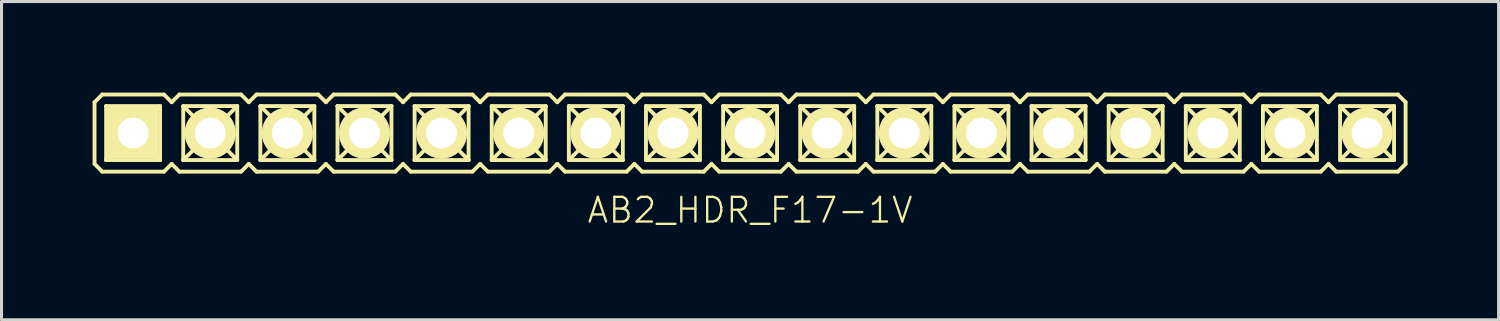
<source format=kicad_pcb>
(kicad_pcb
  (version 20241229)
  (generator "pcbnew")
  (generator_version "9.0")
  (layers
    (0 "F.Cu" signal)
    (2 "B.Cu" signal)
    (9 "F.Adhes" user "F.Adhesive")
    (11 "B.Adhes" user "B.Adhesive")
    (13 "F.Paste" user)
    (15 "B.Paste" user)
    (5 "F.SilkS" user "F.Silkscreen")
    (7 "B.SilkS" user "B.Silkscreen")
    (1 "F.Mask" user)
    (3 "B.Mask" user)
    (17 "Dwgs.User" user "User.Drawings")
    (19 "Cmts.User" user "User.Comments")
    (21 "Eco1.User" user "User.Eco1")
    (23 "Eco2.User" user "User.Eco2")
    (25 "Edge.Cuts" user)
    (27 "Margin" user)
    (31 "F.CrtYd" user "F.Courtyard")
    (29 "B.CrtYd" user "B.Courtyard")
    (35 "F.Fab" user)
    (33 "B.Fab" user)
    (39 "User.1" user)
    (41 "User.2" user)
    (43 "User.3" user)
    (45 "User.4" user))
  (footprint "AB2_HDR_F17-1V"
    (layer "F.Cu")
    (at 21.654 1.333)
    (property "Reference" "AB2_HDR_F17-1V" (at 0 2.54 0) (layer "F.SilkS") (effects (font (size 0.813 0.813) (thickness 0.076))))
    (attr through_hole)
    (fp_line (start -21.59 -1.016) (end -21.336 -1.27) (stroke (width 0.127) (type solid)) (layer "F.SilkS"))
    (fp_line (start -21.59 1.016) (end -21.59 -1.016) (stroke (width 0.127) (type solid)) (layer "F.SilkS"))
    (fp_line (start -21.336 -1.27) (end -19.304 -1.27) (stroke (width 0.127) (type solid)) (layer "F.SilkS"))
    (fp_line (start -21.336 1.27) (end -21.59 1.016) (stroke (width 0.127) (type solid)) (layer "F.SilkS"))
    (fp_line (start -21.209 -0.889) (end -19.431 -0.889) (stroke (width 0.127) (type solid)) (layer "F.SilkS"))
    (fp_line (start -21.209 0.889) (end -21.209 -0.889) (stroke (width 0.127) (type solid)) (layer "F.SilkS"))
    (fp_line (start -20.828 -0.508) (end -21.209 -0.889) (stroke (width 0.127) (type solid)) (layer "F.SilkS"))
    (fp_line (start -20.828 -0.508) (end -19.812 -0.508) (stroke (width 0.127) (type solid)) (layer "F.SilkS"))
    (fp_line (start -20.828 0.508) (end -21.209 0.889) (stroke (width 0.127) (type solid)) (layer "F.SilkS"))
    (fp_line (start -20.828 0.508) (end -20.828 -0.508) (stroke (width 0.127) (type solid)) (layer "F.SilkS"))
    (fp_line (start -19.812 -0.508) (end -19.812 0.508) (stroke (width 0.127) (type solid)) (layer "F.SilkS"))
    (fp_line (start -19.812 -0.508) (end -19.431 -0.889) (stroke (width 0.127) (type solid)) (layer "F.SilkS"))
    (fp_line (start -19.812 0.508) (end -20.828 0.508) (stroke (width 0.127) (type solid)) (layer "F.SilkS"))
    (fp_line (start -19.812 0.508) (end -19.431 0.889) (stroke (width 0.127) (type solid)) (layer "F.SilkS"))
    (fp_line (start -19.431 -0.889) (end -19.431 0.889) (stroke (width 0.127) (type solid)) (layer "F.SilkS"))
    (fp_line (start -19.431 0.889) (end -21.209 0.889) (stroke (width 0.127) (type solid)) (layer "F.SilkS"))
    (fp_line (start -19.304 -1.27) (end -19.05 -1.016) (stroke (width 0.127) (type solid)) (layer "F.SilkS"))
    (fp_line (start -19.304 1.27) (end -21.336 1.27) (stroke (width 0.127) (type solid)) (layer "F.SilkS"))
    (fp_line (start -19.05 -1.016) (end -18.796 -1.27) (stroke (width 0.127) (type solid)) (layer "F.SilkS"))
    (fp_line (start -19.05 1.016) (end -19.304 1.27) (stroke (width 0.127) (type solid)) (layer "F.SilkS"))
    (fp_line (start -18.796 -1.27) (end -16.764 -1.27) (stroke (width 0.127) (type solid)) (layer "F.SilkS"))
    (fp_line (start -18.796 1.27) (end -19.05 1.016) (stroke (width 0.127) (type solid)) (layer "F.SilkS"))
    (fp_line (start -18.669 -0.889) (end -16.891 -0.889) (stroke (width 0.127) (type solid)) (layer "F.SilkS"))
    (fp_line (start -18.669 0.889) (end -18.669 -0.889) (stroke (width 0.127) (type solid)) (layer "F.SilkS"))
    (fp_line (start -18.288 -0.508) (end -18.669 -0.889) (stroke (width 0.127) (type solid)) (layer "F.SilkS"))
    (fp_line (start -18.288 -0.508) (end -17.272 -0.508) (stroke (width 0.127) (type solid)) (layer "F.SilkS"))
    (fp_line (start -18.288 0.508) (end -18.669 0.889) (stroke (width 0.127) (type solid)) (layer "F.SilkS"))
    (fp_line (start -18.288 0.508) (end -18.288 -0.508) (stroke (width 0.127) (type solid)) (layer "F.SilkS"))
    (fp_line (start -17.272 -0.508) (end -17.272 0.508) (stroke (width 0.127) (type solid)) (layer "F.SilkS"))
    (fp_line (start -17.272 -0.508) (end -16.891 -0.889) (stroke (width 0.127) (type solid)) (layer "F.SilkS"))
    (fp_line (start -17.272 0.508) (end -18.288 0.508) (stroke (width 0.127) (type solid)) (layer "F.SilkS"))
    (fp_line (start -17.272 0.508) (end -16.891 0.889) (stroke (width 0.127) (type solid)) (layer "F.SilkS"))
    (fp_line (start -16.891 -0.889) (end -16.891 0.889) (stroke (width 0.127) (type solid)) (layer "F.SilkS"))
    (fp_line (start -16.891 0.889) (end -18.669 0.889) (stroke (width 0.127) (type solid)) (layer "F.SilkS"))
    (fp_line (start -16.764 -1.27) (end -16.51 -1.016) (stroke (width 0.127) (type solid)) (layer "F.SilkS"))
    (fp_line (start -16.764 1.27) (end -18.796 1.27) (stroke (width 0.127) (type solid)) (layer "F.SilkS"))
    (fp_line (start -16.51 -1.016) (end -16.256 -1.27) (stroke (width 0.127) (type solid)) (layer "F.SilkS"))
    (fp_line (start -16.51 1.016) (end -16.764 1.27) (stroke (width 0.127) (type solid)) (layer "F.SilkS"))
    (fp_line (start -16.256 -1.27) (end -14.224 -1.27) (stroke (width 0.127) (type solid)) (layer "F.SilkS"))
    (fp_line (start -16.256 1.27) (end -16.51 1.016) (stroke (width 0.127) (type solid)) (layer "F.SilkS"))
    (fp_line (start -16.129 -0.889) (end -14.351 -0.889) (stroke (width 0.127) (type solid)) (layer "F.SilkS"))
    (fp_line (start -16.129 0.889) (end -16.129 -0.889) (stroke (width 0.127) (type solid)) (layer "F.SilkS"))
    (fp_line (start -15.748 -0.508) (end -16.129 -0.889) (stroke (width 0.127) (type solid)) (layer "F.SilkS"))
    (fp_line (start -15.748 -0.508) (end -14.732 -0.508) (stroke (width 0.127) (type solid)) (layer "F.SilkS"))
    (fp_line (start -15.748 0.508) (end -16.129 0.889) (stroke (width 0.127) (type solid)) (layer "F.SilkS"))
    (fp_line (start -15.748 0.508) (end -15.748 -0.508) (stroke (width 0.127) (type solid)) (layer "F.SilkS"))
    (fp_line (start -14.732 -0.508) (end -14.732 0.508) (stroke (width 0.127) (type solid)) (layer "F.SilkS"))
    (fp_line (start -14.732 -0.508) (end -14.351 -0.889) (stroke (width 0.127) (type solid)) (layer "F.SilkS"))
    (fp_line (start -14.732 0.508) (end -15.748 0.508) (stroke (width 0.127) (type solid)) (layer "F.SilkS"))
    (fp_line (start -14.732 0.508) (end -14.351 0.889) (stroke (width 0.127) (type solid)) (layer "F.SilkS"))
    (fp_line (start -14.351 -0.889) (end -14.351 0.889) (stroke (width 0.127) (type solid)) (layer "F.SilkS"))
    (fp_line (start -14.351 0.889) (end -16.129 0.889) (stroke (width 0.127) (type solid)) (layer "F.SilkS"))
    (fp_line (start -14.224 -1.27) (end -13.97 -1.016) (stroke (width 0.127) (type solid)) (layer "F.SilkS"))
    (fp_line (start -14.224 1.27) (end -16.256 1.27) (stroke (width 0.127) (type solid)) (layer "F.SilkS"))
    (fp_line (start -13.97 -1.016) (end -13.716 -1.27) (stroke (width 0.127) (type solid)) (layer "F.SilkS"))
    (fp_line (start -13.97 1.016) (end -14.224 1.27) (stroke (width 0.127) (type solid)) (layer "F.SilkS"))
    (fp_line (start -13.716 -1.27) (end -11.684 -1.27) (stroke (width 0.127) (type solid)) (layer "F.SilkS"))
    (fp_line (start -13.716 1.27) (end -13.97 1.016) (stroke (width 0.127) (type solid)) (layer "F.SilkS"))
    (fp_line (start -13.589 -0.889) (end -11.811 -0.889) (stroke (width 0.127) (type solid)) (layer "F.SilkS"))
    (fp_line (start -13.589 0.889) (end -13.589 -0.889) (stroke (width 0.127) (type solid)) (layer "F.SilkS"))
    (fp_line (start -13.208 -0.508) (end -13.589 -0.889) (stroke (width 0.127) (type solid)) (layer "F.SilkS"))
    (fp_line (start -13.208 -0.508) (end -12.192 -0.508) (stroke (width 0.127) (type solid)) (layer "F.SilkS"))
    (fp_line (start -13.208 0.508) (end -13.589 0.889) (stroke (width 0.127) (type solid)) (layer "F.SilkS"))
    (fp_line (start -13.208 0.508) (end -13.208 -0.508) (stroke (width 0.127) (type solid)) (layer "F.SilkS"))
    (fp_line (start -12.192 -0.508) (end -12.192 0.508) (stroke (width 0.127) (type solid)) (layer "F.SilkS"))
    (fp_line (start -12.192 -0.508) (end -11.811 -0.889) (stroke (width 0.127) (type solid)) (layer "F.SilkS"))
    (fp_line (start -12.192 0.508) (end -13.208 0.508) (stroke (width 0.127) (type solid)) (layer "F.SilkS"))
    (fp_line (start -12.192 0.508) (end -11.811 0.889) (stroke (width 0.127) (type solid)) (layer "F.SilkS"))
    (fp_line (start -11.811 -0.889) (end -11.811 0.889) (stroke (width 0.127) (type solid)) (layer "F.SilkS"))
    (fp_line (start -11.811 0.889) (end -13.589 0.889) (stroke (width 0.127) (type solid)) (layer "F.SilkS"))
    (fp_line (start -11.684 -1.27) (end -11.43 -1.016) (stroke (width 0.127) (type solid)) (layer "F.SilkS"))
    (fp_line (start -11.684 1.27) (end -13.716 1.27) (stroke (width 0.127) (type solid)) (layer "F.SilkS"))
    (fp_line (start -11.43 -1.016) (end -11.176 -1.27) (stroke (width 0.127) (type solid)) (layer "F.SilkS"))
    (fp_line (start -11.43 1.016) (end -11.684 1.27) (stroke (width 0.127) (type solid)) (layer "F.SilkS"))
    (fp_line (start -11.176 -1.27) (end -9.144 -1.27) (stroke (width 0.127) (type solid)) (layer "F.SilkS"))
    (fp_line (start -11.176 1.27) (end -11.43 1.016) (stroke (width 0.127) (type solid)) (layer "F.SilkS"))
    (fp_line (start -11.049 -0.889) (end -9.271 -0.889) (stroke (width 0.127) (type solid)) (layer "F.SilkS"))
    (fp_line (start -11.049 0.889) (end -11.049 -0.889) (stroke (width 0.127) (type solid)) (layer "F.SilkS"))
    (fp_line (start -10.668 -0.508) (end -11.049 -0.889) (stroke (width 0.127) (type solid)) (layer "F.SilkS"))
    (fp_line (start -10.668 -0.508) (end -9.652 -0.508) (stroke (width 0.127) (type solid)) (layer "F.SilkS"))
    (fp_line (start -10.668 0.508) (end -11.049 0.889) (stroke (width 0.127) (type solid)) (layer "F.SilkS"))
    (fp_line (start -10.668 0.508) (end -10.668 -0.508) (stroke (width 0.127) (type solid)) (layer "F.SilkS"))
    (fp_line (start -9.652 -0.508) (end -9.652 0.508) (stroke (width 0.127) (type solid)) (layer "F.SilkS"))
    (fp_line (start -9.652 -0.508) (end -9.271 -0.889) (stroke (width 0.127) (type solid)) (layer "F.SilkS"))
    (fp_line (start -9.652 0.508) (end -10.668 0.508) (stroke (width 0.127) (type solid)) (layer "F.SilkS"))
    (fp_line (start -9.652 0.508) (end -9.271 0.889) (stroke (width 0.127) (type solid)) (layer "F.SilkS"))
    (fp_line (start -9.271 -0.889) (end -9.271 0.889) (stroke (width 0.127) (type solid)) (layer "F.SilkS"))
    (fp_line (start -9.271 0.889) (end -11.049 0.889) (stroke (width 0.127) (type solid)) (layer "F.SilkS"))
    (fp_line (start -9.144 -1.27) (end -8.89 -1.016) (stroke (width 0.127) (type solid)) (layer "F.SilkS"))
    (fp_line (start -9.144 1.27) (end -11.176 1.27) (stroke (width 0.127) (type solid)) (layer "F.SilkS"))
    (fp_line (start -8.89 -1.016) (end -8.636 -1.27) (stroke (width 0.127) (type solid)) (layer "F.SilkS"))
    (fp_line (start -8.89 1.016) (end -9.144 1.27) (stroke (width 0.127) (type solid)) (layer "F.SilkS"))
    (fp_line (start -8.636 -1.27) (end -6.604 -1.27) (stroke (width 0.127) (type solid)) (layer "F.SilkS"))
    (fp_line (start -8.636 1.27) (end -8.89 1.016) (stroke (width 0.127) (type solid)) (layer "F.SilkS"))
    (fp_line (start -8.509 -0.889) (end -6.731 -0.889) (stroke (width 0.127) (type solid)) (layer "F.SilkS"))
    (fp_line (start -8.509 0.889) (end -8.509 -0.889) (stroke (width 0.127) (type solid)) (layer "F.SilkS"))
    (fp_line (start -8.128 -0.508) (end -8.509 -0.889) (stroke (width 0.127) (type solid)) (layer "F.SilkS"))
    (fp_line (start -8.128 -0.508) (end -7.112 -0.508) (stroke (width 0.127) (type solid)) (layer "F.SilkS"))
    (fp_line (start -8.128 0.508) (end -8.509 0.889) (stroke (width 0.127) (type solid)) (layer "F.SilkS"))
    (fp_line (start -8.128 0.508) (end -8.128 -0.508) (stroke (width 0.127) (type solid)) (layer "F.SilkS"))
    (fp_line (start -7.112 -0.508) (end -7.112 0.508) (stroke (width 0.127) (type solid)) (layer "F.SilkS"))
    (fp_line (start -7.112 -0.508) (end -6.731 -0.889) (stroke (width 0.127) (type solid)) (layer "F.SilkS"))
    (fp_line (start -7.112 0.508) (end -8.128 0.508) (stroke (width 0.127) (type solid)) (layer "F.SilkS"))
    (fp_line (start -7.112 0.508) (end -6.731 0.889) (stroke (width 0.127) (type solid)) (layer "F.SilkS"))
    (fp_line (start -6.731 -0.889) (end -6.731 0.889) (stroke (width 0.127) (type solid)) (layer "F.SilkS"))
    (fp_line (start -6.731 0.889) (end -8.509 0.889) (stroke (width 0.127) (type solid)) (layer "F.SilkS"))
    (fp_line (start -6.604 -1.27) (end -6.35 -1.016) (stroke (width 0.127) (type solid)) (layer "F.SilkS"))
    (fp_line (start -6.604 1.27) (end -8.636 1.27) (stroke (width 0.127) (type solid)) (layer "F.SilkS"))
    (fp_line (start -6.35 -1.016) (end -6.096 -1.27) (stroke (width 0.127) (type solid)) (layer "F.SilkS"))
    (fp_line (start -6.35 1.016) (end -6.604 1.27) (stroke (width 0.127) (type solid)) (layer "F.SilkS"))
    (fp_line (start -6.096 -1.27) (end -4.064 -1.27) (stroke (width 0.127) (type solid)) (layer "F.SilkS"))
    (fp_line (start -6.096 1.27) (end -6.35 1.016) (stroke (width 0.127) (type solid)) (layer "F.SilkS"))
    (fp_line (start -5.969 -0.889) (end -4.191 -0.889) (stroke (width 0.127) (type solid)) (layer "F.SilkS"))
    (fp_line (start -5.969 0.889) (end -5.969 -0.889) (stroke (width 0.127) (type solid)) (layer "F.SilkS"))
    (fp_line (start -5.588 -0.508) (end -5.969 -0.889) (stroke (width 0.127) (type solid)) (layer "F.SilkS"))
    (fp_line (start -5.588 -0.508) (end -4.572 -0.508) (stroke (width 0.127) (type solid)) (layer "F.SilkS"))
    (fp_line (start -5.588 0.508) (end -5.969 0.889) (stroke (width 0.127) (type solid)) (layer "F.SilkS"))
    (fp_line (start -5.588 0.508) (end -5.588 -0.508) (stroke (width 0.127) (type solid)) (layer "F.SilkS"))
    (fp_line (start -4.572 -0.508) (end -4.572 0.508) (stroke (width 0.127) (type solid)) (layer "F.SilkS"))
    (fp_line (start -4.572 -0.508) (end -4.191 -0.889) (stroke (width 0.127) (type solid)) (layer "F.SilkS"))
    (fp_line (start -4.572 0.508) (end -5.588 0.508) (stroke (width 0.127) (type solid)) (layer "F.SilkS"))
    (fp_line (start -4.572 0.508) (end -4.191 0.889) (stroke (width 0.127) (type solid)) (layer "F.SilkS"))
    (fp_line (start -4.191 -0.889) (end -4.191 0.889) (stroke (width 0.127) (type solid)) (layer "F.SilkS"))
    (fp_line (start -4.191 0.889) (end -5.969 0.889) (stroke (width 0.127) (type solid)) (layer "F.SilkS"))
    (fp_line (start -4.064 -1.27) (end -3.81 -1.016) (stroke (width 0.127) (type solid)) (layer "F.SilkS"))
    (fp_line (start -4.064 1.27) (end -6.096 1.27) (stroke (width 0.127) (type solid)) (layer "F.SilkS"))
    (fp_line (start -3.81 -1.016) (end -3.556 -1.27) (stroke (width 0.127) (type solid)) (layer "F.SilkS"))
    (fp_line (start -3.81 1.016) (end -4.064 1.27) (stroke (width 0.127) (type solid)) (layer "F.SilkS"))
    (fp_line (start -3.556 -1.27) (end -1.524 -1.27) (stroke (width 0.127) (type solid)) (layer "F.SilkS"))
    (fp_line (start -3.556 1.27) (end -3.81 1.016) (stroke (width 0.127) (type solid)) (layer "F.SilkS"))
    (fp_line (start -3.429 -0.889) (end -1.651 -0.889) (stroke (width 0.127) (type solid)) (layer "F.SilkS"))
    (fp_line (start -3.429 0.889) (end -3.429 -0.889) (stroke (width 0.127) (type solid)) (layer "F.SilkS"))
    (fp_line (start -3.048 -0.508) (end -3.429 -0.889) (stroke (width 0.127) (type solid)) (layer "F.SilkS"))
    (fp_line (start -3.048 -0.508) (end -2.032 -0.508) (stroke (width 0.127) (type solid)) (layer "F.SilkS"))
    (fp_line (start -3.048 0.508) (end -3.429 0.889) (stroke (width 0.127) (type solid)) (layer "F.SilkS"))
    (fp_line (start -3.048 0.508) (end -3.048 -0.508) (stroke (width 0.127) (type solid)) (layer "F.SilkS"))
    (fp_line (start -2.032 -0.508) (end -2.032 0.508) (stroke (width 0.127) (type solid)) (layer "F.SilkS"))
    (fp_line (start -2.032 -0.508) (end -1.651 -0.889) (stroke (width 0.127) (type solid)) (layer "F.SilkS"))
    (fp_line (start -2.032 0.508) (end -3.048 0.508) (stroke (width 0.127) (type solid)) (layer "F.SilkS"))
    (fp_line (start -2.032 0.508) (end -1.651 0.889) (stroke (width 0.127) (type solid)) (layer "F.SilkS"))
    (fp_line (start -1.651 -0.889) (end -1.651 0.889) (stroke (width 0.127) (type solid)) (layer "F.SilkS"))
    (fp_line (start -1.651 0.889) (end -3.429 0.889) (stroke (width 0.127) (type solid)) (layer "F.SilkS"))
    (fp_line (start -1.524 -1.27) (end -1.27 -1.016) (stroke (width 0.127) (type solid)) (layer "F.SilkS"))
    (fp_line (start -1.524 1.27) (end -3.556 1.27) (stroke (width 0.127) (type solid)) (layer "F.SilkS"))
    (fp_line (start -1.27 -1.016) (end -1.016 -1.27) (stroke (width 0.127) (type solid)) (layer "F.SilkS"))
    (fp_line (start -1.27 1.016) (end -1.524 1.27) (stroke (width 0.127) (type solid)) (layer "F.SilkS"))
    (fp_line (start -1.016 -1.27) (end 1.016 -1.27) (stroke (width 0.127) (type solid)) (layer "F.SilkS"))
    (fp_line (start -1.016 1.27) (end -1.27 1.016) (stroke (width 0.127) (type solid)) (layer "F.SilkS"))
    (fp_line (start -0.889 -0.889) (end 0.889 -0.889) (stroke (width 0.127) (type solid)) (layer "F.SilkS"))
    (fp_line (start -0.889 0.889) (end -0.889 -0.889) (stroke (width 0.127) (type solid)) (layer "F.SilkS"))
    (fp_line (start -0.508 -0.508) (end -0.889 -0.889) (stroke (width 0.127) (type solid)) (layer "F.SilkS"))
    (fp_line (start -0.508 -0.508) (end 0.508 -0.508) (stroke (width 0.127) (type solid)) (layer "F.SilkS"))
    (fp_line (start -0.508 0.508) (end -0.889 0.889) (stroke (width 0.127) (type solid)) (layer "F.SilkS"))
    (fp_line (start -0.508 0.508) (end -0.508 -0.508) (stroke (width 0.127) (type solid)) (layer "F.SilkS"))
    (fp_line (start 0.508 -0.508) (end 0.508 0.508) (stroke (width 0.127) (type solid)) (layer "F.SilkS"))
    (fp_line (start 0.508 -0.508) (end 0.889 -0.889) (stroke (width 0.127) (type solid)) (layer "F.SilkS"))
    (fp_line (start 0.508 0.508) (end -0.508 0.508) (stroke (width 0.127) (type solid)) (layer "F.SilkS"))
    (fp_line (start 0.508 0.508) (end 0.889 0.889) (stroke (width 0.127) (type solid)) (layer "F.SilkS"))
    (fp_line (start 0.889 -0.889) (end 0.889 0.889) (stroke (width 0.127) (type solid)) (layer "F.SilkS"))
    (fp_line (start 0.889 0.889) (end -0.889 0.889) (stroke (width 0.127) (type solid)) (layer "F.SilkS"))
    (fp_line (start 1.016 -1.27) (end 1.27 -1.016) (stroke (width 0.127) (type solid)) (layer "F.SilkS"))
    (fp_line (start 1.016 1.27) (end -1.016 1.27) (stroke (width 0.127) (type solid)) (layer "F.SilkS"))
    (fp_line (start 1.27 -1.016) (end 1.524 -1.27) (stroke (width 0.127) (type solid)) (layer "F.SilkS"))
    (fp_line (start 1.27 1.016) (end 1.016 1.27) (stroke (width 0.127) (type solid)) (layer "F.SilkS"))
    (fp_line (start 1.524 -1.27) (end 3.556 -1.27) (stroke (width 0.127) (type solid)) (layer "F.SilkS"))
    (fp_line (start 1.524 1.27) (end 1.27 1.016) (stroke (width 0.127) (type solid)) (layer "F.SilkS"))
    (fp_line (start 1.651 -0.889) (end 3.429 -0.889) (stroke (width 0.127) (type solid)) (layer "F.SilkS"))
    (fp_line (start 1.651 0.889) (end 1.651 -0.889) (stroke (width 0.127) (type solid)) (layer "F.SilkS"))
    (fp_line (start 2.032 -0.508) (end 1.651 -0.889) (stroke (width 0.127) (type solid)) (layer "F.SilkS"))
    (fp_line (start 2.032 -0.508) (end 3.048 -0.508) (stroke (width 0.127) (type solid)) (layer "F.SilkS"))
    (fp_line (start 2.032 0.508) (end 1.651 0.889) (stroke (width 0.127) (type solid)) (layer "F.SilkS"))
    (fp_line (start 2.032 0.508) (end 2.032 -0.508) (stroke (width 0.127) (type solid)) (layer "F.SilkS"))
    (fp_line (start 3.048 -0.508) (end 3.048 0.508) (stroke (width 0.127) (type solid)) (layer "F.SilkS"))
    (fp_line (start 3.048 -0.508) (end 3.429 -0.889) (stroke (width 0.127) (type solid)) (layer "F.SilkS"))
    (fp_line (start 3.048 0.508) (end 2.032 0.508) (stroke (width 0.127) (type solid)) (layer "F.SilkS"))
    (fp_line (start 3.048 0.508) (end 3.429 0.889) (stroke (width 0.127) (type solid)) (layer "F.SilkS"))
    (fp_line (start 3.429 -0.889) (end 3.429 0.889) (stroke (width 0.127) (type solid)) (layer "F.SilkS"))
    (fp_line (start 3.429 0.889) (end 1.651 0.889) (stroke (width 0.127) (type solid)) (layer "F.SilkS"))
    (fp_line (start 3.556 -1.27) (end 3.81 -1.016) (stroke (width 0.127) (type solid)) (layer "F.SilkS"))
    (fp_line (start 3.556 1.27) (end 1.524 1.27) (stroke (width 0.127) (type solid)) (layer "F.SilkS"))
    (fp_line (start 3.81 -1.016) (end 4.064 -1.27) (stroke (width 0.127) (type solid)) (layer "F.SilkS"))
    (fp_line (start 3.81 1.016) (end 3.556 1.27) (stroke (width 0.127) (type solid)) (layer "F.SilkS"))
    (fp_line (start 4.064 -1.27) (end 6.096 -1.27) (stroke (width 0.127) (type solid)) (layer "F.SilkS"))
    (fp_line (start 4.064 1.27) (end 3.81 1.016) (stroke (width 0.127) (type solid)) (layer "F.SilkS"))
    (fp_line (start 4.191 -0.889) (end 5.969 -0.889) (stroke (width 0.127) (type solid)) (layer "F.SilkS"))
    (fp_line (start 4.191 0.889) (end 4.191 -0.889) (stroke (width 0.127) (type solid)) (layer "F.SilkS"))
    (fp_line (start 4.572 -0.508) (end 4.191 -0.889) (stroke (width 0.127) (type solid)) (layer "F.SilkS"))
    (fp_line (start 4.572 -0.508) (end 5.588 -0.508) (stroke (width 0.127) (type solid)) (layer "F.SilkS"))
    (fp_line (start 4.572 0.508) (end 4.191 0.889) (stroke (width 0.127) (type solid)) (layer "F.SilkS"))
    (fp_line (start 4.572 0.508) (end 4.572 -0.508) (stroke (width 0.127) (type solid)) (layer "F.SilkS"))
    (fp_line (start 5.588 -0.508) (end 5.588 0.508) (stroke (width 0.127) (type solid)) (layer "F.SilkS"))
    (fp_line (start 5.588 -0.508) (end 5.969 -0.889) (stroke (width 0.127) (type solid)) (layer "F.SilkS"))
    (fp_line (start 5.588 0.508) (end 4.572 0.508) (stroke (width 0.127) (type solid)) (layer "F.SilkS"))
    (fp_line (start 5.588 0.508) (end 5.969 0.889) (stroke (width 0.127) (type solid)) (layer "F.SilkS"))
    (fp_line (start 5.969 -0.889) (end 5.969 0.889) (stroke (width 0.127) (type solid)) (layer "F.SilkS"))
    (fp_line (start 5.969 0.889) (end 4.191 0.889) (stroke (width 0.127) (type solid)) (layer "F.SilkS"))
    (fp_line (start 6.096 -1.27) (end 6.35 -1.016) (stroke (width 0.127) (type solid)) (layer "F.SilkS"))
    (fp_line (start 6.096 1.27) (end 4.064 1.27) (stroke (width 0.127) (type solid)) (layer "F.SilkS"))
    (fp_line (start 6.35 -1.016) (end 6.604 -1.27) (stroke (width 0.127) (type solid)) (layer "F.SilkS"))
    (fp_line (start 6.35 1.016) (end 6.096 1.27) (stroke (width 0.127) (type solid)) (layer "F.SilkS"))
    (fp_line (start 6.604 -1.27) (end 8.636 -1.27) (stroke (width 0.127) (type solid)) (layer "F.SilkS"))
    (fp_line (start 6.604 1.27) (end 6.35 1.016) (stroke (width 0.127) (type solid)) (layer "F.SilkS"))
    (fp_line (start 6.731 -0.889) (end 8.509 -0.889) (stroke (width 0.127) (type solid)) (layer "F.SilkS"))
    (fp_line (start 6.731 0.889) (end 6.731 -0.889) (stroke (width 0.127) (type solid)) (layer "F.SilkS"))
    (fp_line (start 7.112 -0.508) (end 6.731 -0.889) (stroke (width 0.127) (type solid)) (layer "F.SilkS"))
    (fp_line (start 7.112 -0.508) (end 8.128 -0.508) (stroke (width 0.127) (type solid)) (layer "F.SilkS"))
    (fp_line (start 7.112 0.508) (end 6.731 0.889) (stroke (width 0.127) (type solid)) (layer "F.SilkS"))
    (fp_line (start 7.112 0.508) (end 7.112 -0.508) (stroke (width 0.127) (type solid)) (layer "F.SilkS"))
    (fp_line (start 8.128 -0.508) (end 8.128 0.508) (stroke (width 0.127) (type solid)) (layer "F.SilkS"))
    (fp_line (start 8.128 -0.508) (end 8.509 -0.889) (stroke (width 0.127) (type solid)) (layer "F.SilkS"))
    (fp_line (start 8.128 0.508) (end 7.112 0.508) (stroke (width 0.127) (type solid)) (layer "F.SilkS"))
    (fp_line (start 8.128 0.508) (end 8.509 0.889) (stroke (width 0.127) (type solid)) (layer "F.SilkS"))
    (fp_line (start 8.509 -0.889) (end 8.509 0.889) (stroke (width 0.127) (type solid)) (layer "F.SilkS"))
    (fp_line (start 8.509 0.889) (end 6.731 0.889) (stroke (width 0.127) (type solid)) (layer "F.SilkS"))
    (fp_line (start 8.636 -1.27) (end 8.89 -1.016) (stroke (width 0.127) (type solid)) (layer "F.SilkS"))
    (fp_line (start 8.636 1.27) (end 6.604 1.27) (stroke (width 0.127) (type solid)) (layer "F.SilkS"))
    (fp_line (start 8.89 -1.016) (end 9.144 -1.27) (stroke (width 0.127) (type solid)) (layer "F.SilkS"))
    (fp_line (start 8.89 1.016) (end 8.636 1.27) (stroke (width 0.127) (type solid)) (layer "F.SilkS"))
    (fp_line (start 9.144 -1.27) (end 11.176 -1.27) (stroke (width 0.127) (type solid)) (layer "F.SilkS"))
    (fp_line (start 9.144 1.27) (end 8.89 1.016) (stroke (width 0.127) (type solid)) (layer "F.SilkS"))
    (fp_line (start 9.271 -0.889) (end 11.049 -0.889) (stroke (width 0.127) (type solid)) (layer "F.SilkS"))
    (fp_line (start 9.271 0.889) (end 9.271 -0.889) (stroke (width 0.127) (type solid)) (layer "F.SilkS"))
    (fp_line (start 9.652 -0.508) (end 9.271 -0.889) (stroke (width 0.127) (type solid)) (layer "F.SilkS"))
    (fp_line (start 9.652 -0.508) (end 10.668 -0.508) (stroke (width 0.127) (type solid)) (layer "F.SilkS"))
    (fp_line (start 9.652 0.508) (end 9.271 0.889) (stroke (width 0.127) (type solid)) (layer "F.SilkS"))
    (fp_line (start 9.652 0.508) (end 9.652 -0.508) (stroke (width 0.127) (type solid)) (layer "F.SilkS"))
    (fp_line (start 10.668 -0.508) (end 10.668 0.508) (stroke (width 0.127) (type solid)) (layer "F.SilkS"))
    (fp_line (start 10.668 -0.508) (end 11.049 -0.889) (stroke (width 0.127) (type solid)) (layer "F.SilkS"))
    (fp_line (start 10.668 0.508) (end 9.652 0.508) (stroke (width 0.127) (type solid)) (layer "F.SilkS"))
    (fp_line (start 10.668 0.508) (end 11.049 0.889) (stroke (width 0.127) (type solid)) (layer "F.SilkS"))
    (fp_line (start 11.049 -0.889) (end 11.049 0.889) (stroke (width 0.127) (type solid)) (layer "F.SilkS"))
    (fp_line (start 11.049 0.889) (end 9.271 0.889) (stroke (width 0.127) (type solid)) (layer "F.SilkS"))
    (fp_line (start 11.176 -1.27) (end 11.43 -1.016) (stroke (width 0.127) (type solid)) (layer "F.SilkS"))
    (fp_line (start 11.176 1.27) (end 9.144 1.27) (stroke (width 0.127) (type solid)) (layer "F.SilkS"))
    (fp_line (start 11.43 -1.016) (end 11.684 -1.27) (stroke (width 0.127) (type solid)) (layer "F.SilkS"))
    (fp_line (start 11.43 1.016) (end 11.176 1.27) (stroke (width 0.127) (type solid)) (layer "F.SilkS"))
    (fp_line (start 11.684 -1.27) (end 13.716 -1.27) (stroke (width 0.127) (type solid)) (layer "F.SilkS"))
    (fp_line (start 11.684 1.27) (end 11.43 1.016) (stroke (width 0.127) (type solid)) (layer "F.SilkS"))
    (fp_line (start 11.811 -0.889) (end 13.589 -0.889) (stroke (width 0.127) (type solid)) (layer "F.SilkS"))
    (fp_line (start 11.811 0.889) (end 11.811 -0.889) (stroke (width 0.127) (type solid)) (layer "F.SilkS"))
    (fp_line (start 12.192 -0.508) (end 11.811 -0.889) (stroke (width 0.127) (type solid)) (layer "F.SilkS"))
    (fp_line (start 12.192 -0.508) (end 13.208 -0.508) (stroke (width 0.127) (type solid)) (layer "F.SilkS"))
    (fp_line (start 12.192 0.508) (end 11.811 0.889) (stroke (width 0.127) (type solid)) (layer "F.SilkS"))
    (fp_line (start 12.192 0.508) (end 12.192 -0.508) (stroke (width 0.127) (type solid)) (layer "F.SilkS"))
    (fp_line (start 13.208 -0.508) (end 13.208 0.508) (stroke (width 0.127) (type solid)) (layer "F.SilkS"))
    (fp_line (start 13.208 -0.508) (end 13.589 -0.889) (stroke (width 0.127) (type solid)) (layer "F.SilkS"))
    (fp_line (start 13.208 0.508) (end 12.192 0.508) (stroke (width 0.127) (type solid)) (layer "F.SilkS"))
    (fp_line (start 13.208 0.508) (end 13.589 0.889) (stroke (width 0.127) (type solid)) (layer "F.SilkS"))
    (fp_line (start 13.589 -0.889) (end 13.589 0.889) (stroke (width 0.127) (type solid)) (layer "F.SilkS"))
    (fp_line (start 13.589 0.889) (end 11.811 0.889) (stroke (width 0.127) (type solid)) (layer "F.SilkS"))
    (fp_line (start 13.716 -1.27) (end 13.97 -1.016) (stroke (width 0.127) (type solid)) (layer "F.SilkS"))
    (fp_line (start 13.716 1.27) (end 11.684 1.27) (stroke (width 0.127) (type solid)) (layer "F.SilkS"))
    (fp_line (start 13.97 -1.016) (end 14.224 -1.27) (stroke (width 0.127) (type solid)) (layer "F.SilkS"))
    (fp_line (start 13.97 1.016) (end 13.716 1.27) (stroke (width 0.127) (type solid)) (layer "F.SilkS"))
    (fp_line (start 14.224 -1.27) (end 16.256 -1.27) (stroke (width 0.127) (type solid)) (layer "F.SilkS"))
    (fp_line (start 14.224 1.27) (end 13.97 1.016) (stroke (width 0.127) (type solid)) (layer "F.SilkS"))
    (fp_line (start 14.351 -0.889) (end 16.129 -0.889) (stroke (width 0.127) (type solid)) (layer "F.SilkS"))
    (fp_line (start 14.351 0.889) (end 14.351 -0.889) (stroke (width 0.127) (type solid)) (layer "F.SilkS"))
    (fp_line (start 14.732 -0.508) (end 14.351 -0.889) (stroke (width 0.127) (type solid)) (layer "F.SilkS"))
    (fp_line (start 14.732 -0.508) (end 15.748 -0.508) (stroke (width 0.127) (type solid)) (layer "F.SilkS"))
    (fp_line (start 14.732 0.508) (end 14.351 0.889) (stroke (width 0.127) (type solid)) (layer "F.SilkS"))
    (fp_line (start 14.732 0.508) (end 14.732 -0.508) (stroke (width 0.127) (type solid)) (layer "F.SilkS"))
    (fp_line (start 15.748 -0.508) (end 15.748 0.508) (stroke (width 0.127) (type solid)) (layer "F.SilkS"))
    (fp_line (start 15.748 -0.508) (end 16.129 -0.889) (stroke (width 0.127) (type solid)) (layer "F.SilkS"))
    (fp_line (start 15.748 0.508) (end 14.732 0.508) (stroke (width 0.127) (type solid)) (layer "F.SilkS"))
    (fp_line (start 15.748 0.508) (end 16.129 0.889) (stroke (width 0.127) (type solid)) (layer "F.SilkS"))
    (fp_line (start 16.129 -0.889) (end 16.129 0.889) (stroke (width 0.127) (type solid)) (layer "F.SilkS"))
    (fp_line (start 16.129 0.889) (end 14.351 0.889) (stroke (width 0.127) (type solid)) (layer "F.SilkS"))
    (fp_line (start 16.256 -1.27) (end 16.51 -1.016) (stroke (width 0.127) (type solid)) (layer "F.SilkS"))
    (fp_line (start 16.256 1.27) (end 14.224 1.27) (stroke (width 0.127) (type solid)) (layer "F.SilkS"))
    (fp_line (start 16.51 -1.016) (end 16.764 -1.27) (stroke (width 0.127) (type solid)) (layer "F.SilkS"))
    (fp_line (start 16.51 1.016) (end 16.256 1.27) (stroke (width 0.127) (type solid)) (layer "F.SilkS"))
    (fp_line (start 16.764 -1.27) (end 18.796 -1.27) (stroke (width 0.127) (type solid)) (layer "F.SilkS"))
    (fp_line (start 16.764 1.27) (end 16.51 1.016) (stroke (width 0.127) (type solid)) (layer "F.SilkS"))
    (fp_line (start 16.891 -0.889) (end 18.669 -0.889) (stroke (width 0.127) (type solid)) (layer "F.SilkS"))
    (fp_line (start 16.891 0.889) (end 16.891 -0.889) (stroke (width 0.127) (type solid)) (layer "F.SilkS"))
    (fp_line (start 17.272 -0.508) (end 16.891 -0.889) (stroke (width 0.127) (type solid)) (layer "F.SilkS"))
    (fp_line (start 17.272 -0.508) (end 18.288 -0.508) (stroke (width 0.127) (type solid)) (layer "F.SilkS"))
    (fp_line (start 17.272 0.508) (end 16.891 0.889) (stroke (width 0.127) (type solid)) (layer "F.SilkS"))
    (fp_line (start 17.272 0.508) (end 17.272 -0.508) (stroke (width 0.127) (type solid)) (layer "F.SilkS"))
    (fp_line (start 18.288 -0.508) (end 18.288 0.508) (stroke (width 0.127) (type solid)) (layer "F.SilkS"))
    (fp_line (start 18.288 -0.508) (end 18.669 -0.889) (stroke (width 0.127) (type solid)) (layer "F.SilkS"))
    (fp_line (start 18.288 0.508) (end 17.272 0.508) (stroke (width 0.127) (type solid)) (layer "F.SilkS"))
    (fp_line (start 18.288 0.508) (end 18.669 0.889) (stroke (width 0.127) (type solid)) (layer "F.SilkS"))
    (fp_line (start 18.669 -0.889) (end 18.669 0.889) (stroke (width 0.127) (type solid)) (layer "F.SilkS"))
    (fp_line (start 18.669 0.889) (end 16.891 0.889) (stroke (width 0.127) (type solid)) (layer "F.SilkS"))
    (fp_line (start 18.796 -1.27) (end 19.05 -1.016) (stroke (width 0.127) (type solid)) (layer "F.SilkS"))
    (fp_line (start 18.796 1.27) (end 16.764 1.27) (stroke (width 0.127) (type solid)) (layer "F.SilkS"))
    (fp_line (start 19.05 -1.016) (end 19.304 -1.27) (stroke (width 0.127) (type solid)) (layer "F.SilkS"))
    (fp_line (start 19.05 1.016) (end 18.796 1.27) (stroke (width 0.127) (type solid)) (layer "F.SilkS"))
    (fp_line (start 19.304 -1.27) (end 21.336 -1.27) (stroke (width 0.127) (type solid)) (layer "F.SilkS"))
    (fp_line (start 19.304 1.27) (end 19.05 1.016) (stroke (width 0.127) (type solid)) (layer "F.SilkS"))
    (fp_line (start 19.431 -0.889) (end 21.209 -0.889) (stroke (width 0.127) (type solid)) (layer "F.SilkS"))
    (fp_line (start 19.431 0.889) (end 19.431 -0.889) (stroke (width 0.127) (type solid)) (layer "F.SilkS"))
    (fp_line (start 19.812 -0.508) (end 19.431 -0.889) (stroke (width 0.127) (type solid)) (layer "F.SilkS"))
    (fp_line (start 19.812 -0.508) (end 20.828 -0.508) (stroke (width 0.127) (type solid)) (layer "F.SilkS"))
    (fp_line (start 19.812 0.508) (end 19.431 0.889) (stroke (width 0.127) (type solid)) (layer "F.SilkS"))
    (fp_line (start 19.812 0.508) (end 19.812 -0.508) (stroke (width 0.127) (type solid)) (layer "F.SilkS"))
    (fp_line (start 20.828 -0.508) (end 20.828 0.508) (stroke (width 0.127) (type solid)) (layer "F.SilkS"))
    (fp_line (start 20.828 -0.508) (end 21.209 -0.889) (stroke (width 0.127) (type solid)) (layer "F.SilkS"))
    (fp_line (start 20.828 0.508) (end 19.812 0.508) (stroke (width 0.127) (type solid)) (layer "F.SilkS"))
    (fp_line (start 20.828 0.508) (end 21.209 0.889) (stroke (width 0.127) (type solid)) (layer "F.SilkS"))
    (fp_line (start 21.209 -0.889) (end 21.209 0.889) (stroke (width 0.127) (type solid)) (layer "F.SilkS"))
    (fp_line (start 21.209 0.889) (end 19.431 0.889) (stroke (width 0.127) (type solid)) (layer "F.SilkS"))
    (fp_line (start 21.336 -1.27) (end 21.59 -1.016) (stroke (width 0.127) (type solid)) (layer "F.SilkS"))
    (fp_line (start 21.336 1.27) (end 19.304 1.27) (stroke (width 0.127) (type solid)) (layer "F.SilkS"))
    (fp_line (start 21.59 -1.016) (end 21.59 1.016) (stroke (width 0.127) (type solid)) (layer "F.SilkS"))
    (fp_line (start 21.59 1.016) (end 21.336 1.27) (stroke (width 0.127) (type solid)) (layer "F.SilkS"))
    (pad "1" thru_hole rect (at -20.32 0) (size 1.676 1.676) (drill 1.016) (layers "*.Cu" "*.Mask" "F.SilkS"))
    (pad "2" thru_hole circle (at -17.78 0) (size 1.676 1.676) (drill 1.016) (layers "*.Cu" "*.Mask" "F.SilkS"))
    (pad "3" thru_hole circle (at -15.24 0) (size 1.676 1.676) (drill 1.016) (layers "*.Cu" "*.Mask" "F.SilkS"))
    (pad "4" thru_hole circle (at -12.7 0) (size 1.676 1.676) (drill 1.016) (layers "*.Cu" "*.Mask" "F.SilkS"))
    (pad "5" thru_hole circle (at -10.16 0) (size 1.676 1.676) (drill 1.016) (layers "*.Cu" "*.Mask" "F.SilkS"))
    (pad "6" thru_hole circle (at -7.62 0) (size 1.676 1.676) (drill 1.016) (layers "*.Cu" "*.Mask" "F.SilkS"))
    (pad "7" thru_hole circle (at -5.08 0) (size 1.676 1.676) (drill 1.016) (layers "*.Cu" "*.Mask" "F.SilkS"))
    (pad "8" thru_hole circle (at -2.54 0) (size 1.676 1.676) (drill 1.016) (layers "*.Cu" "*.Mask" "F.SilkS"))
    (pad "9" thru_hole circle (at 0 0) (size 1.676 1.676) (drill 1.016) (layers "*.Cu" "*.Mask" "F.SilkS"))
    (pad "10" thru_hole circle (at 2.54 0) (size 1.676 1.676) (drill 1.016) (layers "*.Cu" "*.Mask" "F.SilkS"))
    (pad "11" thru_hole circle (at 5.08 0) (size 1.676 1.676) (drill 1.016) (layers "*.Cu" "*.Mask" "F.SilkS"))
    (pad "12" thru_hole circle (at 7.62 0) (size 1.676 1.676) (drill 1.016) (layers "*.Cu" "*.Mask" "F.SilkS"))
    (pad "13" thru_hole circle (at 10.16 0) (size 1.676 1.676) (drill 1.016) (layers "*.Cu" "*.Mask" "F.SilkS"))
    (pad "14" thru_hole circle (at 12.7 0) (size 1.676 1.676) (drill 1.016) (layers "*.Cu" "*.Mask" "F.SilkS"))
    (pad "15" thru_hole circle (at 15.24 0) (size 1.676 1.676) (drill 1.016) (layers "*.Cu" "*.Mask" "F.SilkS"))
    (pad "16" thru_hole circle (at 17.78 0) (size 1.676 1.676) (drill 1.016) (layers "*.Cu" "*.Mask" "F.SilkS"))
    (pad "17" thru_hole circle (at 20.32 0) (size 1.676 1.676) (drill 1.016) (layers "*.Cu" "*.Mask" "F.SilkS")))
  (gr_rect
    (start -3 -3)
    (end 46.307 7.483)
    (stroke (width 0.1) (type default))
    (fill no)
    (layer "Edge.Cuts")))
</source>
